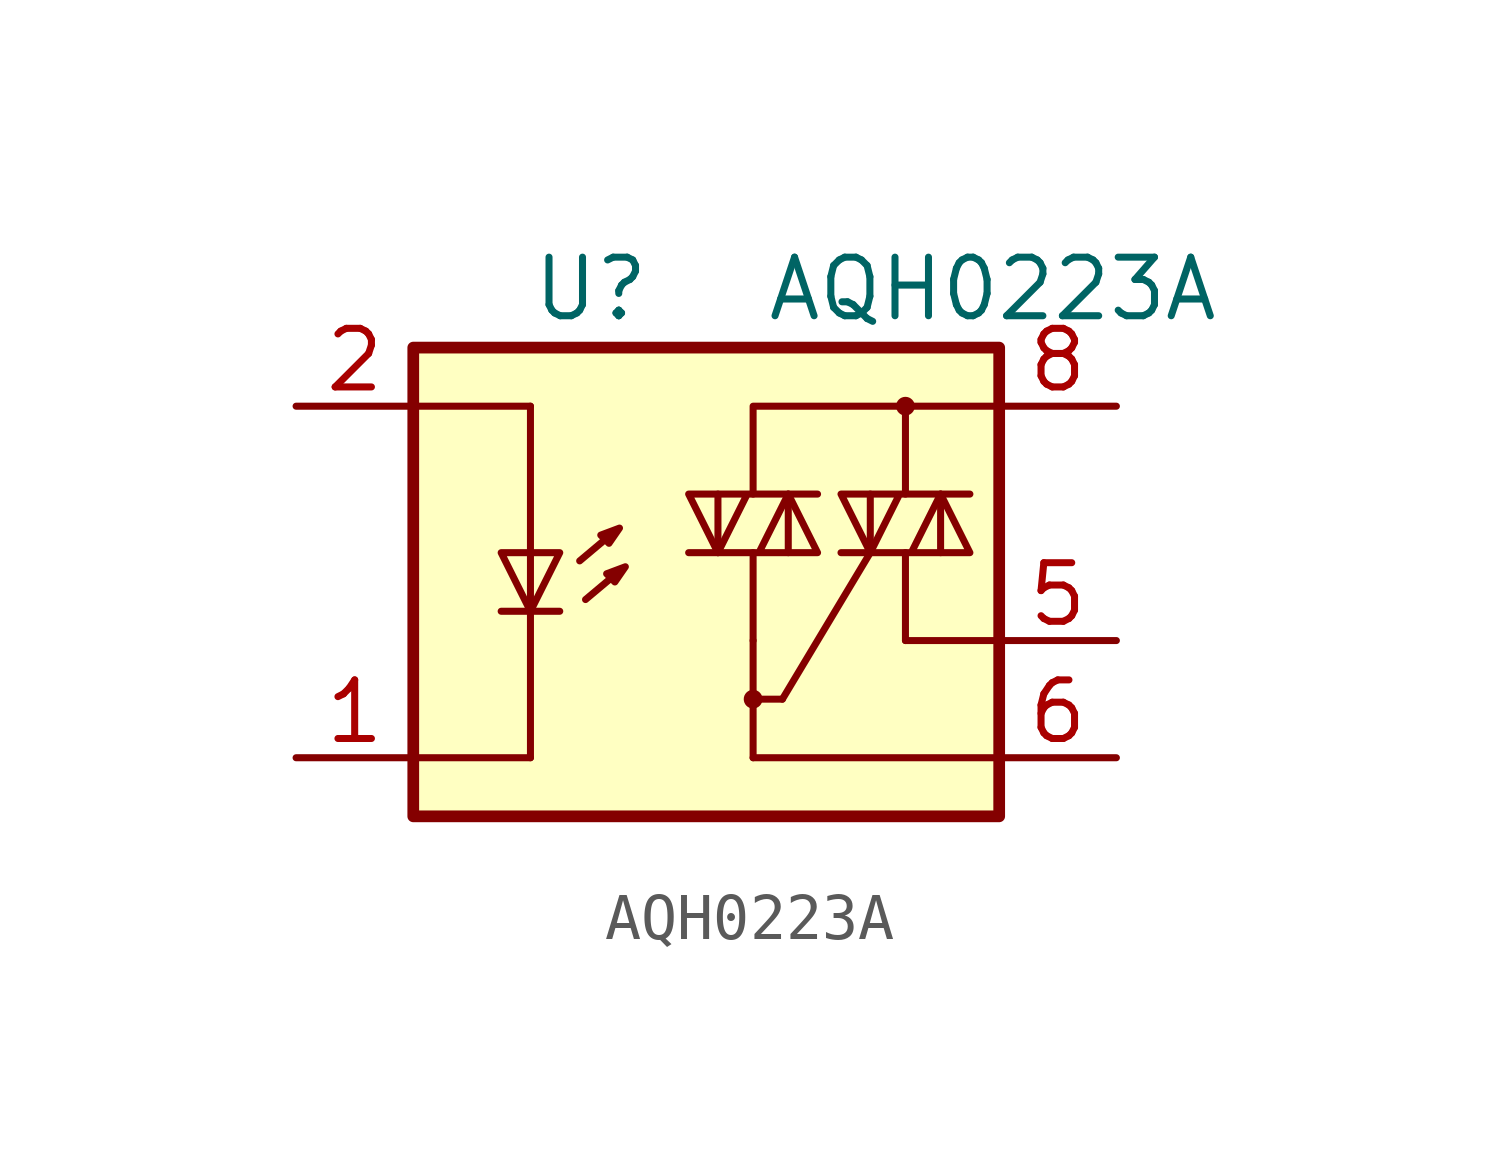
<source format=kicad_sym>
(kicad_symbol_lib
  (version 20241209)
  (generator "kicad_symbol_editor")
  (generator_version "9.0")
  (symbol "AQH0223A"
    (property "Reference" "U"
      (at -5.08 5.08 0)
      (effects (font (size 1.27 1.27)) (justify left)))
    (property "Value" "AQH0223A"
      (at 0 5.08 0)
      (effects (font (size 1.27 1.27)) (justify left)))
    (symbol "AQH0223A_1_1"
      (rectangle (start -7.62 3.81) (end 5.08 -6.35) (stroke (width 0.254) (type default)) (fill (type background)))
      (polyline (pts (xy -5.715 -1.905) (xy -4.445 -1.905)) (stroke (width 0) (type default)) (fill (type none)))
      (polyline (pts (xy -5.08 2.54) (xy -7.493 2.54)) (stroke (width 0) (type default)) (fill (type none)))
      (polyline (pts (xy -5.08 -0.635) (xy -5.08 2.54)) (stroke (width 0) (type default)) (fill (type none)))
      (polyline (pts (xy -5.08 -0.635) (xy -5.08 -1.905)) (stroke (width 0) (type default)) (fill (type none)))
      (polyline (pts (xy -5.08 -1.905) (xy -5.08 -5.08)) (stroke (width 0) (type default)) (fill (type none)))
      (polyline (pts (xy -5.08 -1.905) (xy -5.715 -0.635) (xy -4.445 -0.635) (xy -5.08 -1.905)) (stroke (width 0) (type default)) (fill (type none)))
      (polyline (pts (xy -5.08 -5.08) (xy -7.62 -5.08)) (stroke (width 0) (type default)) (fill (type none)))
      (polyline (pts (xy -3.556 -0.254) (xy -3.378 -0.432) (xy -3.15 -0.102) (xy -3.556 -0.254)) (stroke (width 0) (type default)) (fill (type none)))
      (polyline (pts (xy -3.429 -1.092) (xy -3.251 -1.27) (xy -3.023 -0.94) (xy -3.429 -1.092)) (stroke (width 0) (type default)) (fill (type none)))
      (polyline (pts (xy -3.378 -0.279) (xy -4.013 -0.813)) (stroke (width 0) (type default)) (fill (type none)))
      (polyline (pts (xy -3.251 -1.118) (xy -3.886 -1.651)) (stroke (width 0) (type default)) (fill (type none)))
      (polyline (pts (xy -1.651 -0.635) (xy 1.143 -0.635) (xy 0.508 0.635) (xy -0.127 -0.635)) (stroke (width 0) (type default)) (fill (type none)))
      (polyline (pts (xy -1.016 -0.635) (xy -1.016 0.635)) (stroke (width 0) (type default)) (fill (type none)))
      (polyline (pts (xy -0.254 -2.54) (xy -0.254 -0.635)) (stroke (width 0) (type default)) (fill (type none)))
      (polyline (pts (xy -0.254 -2.54) (xy -0.254 -5.08)) (stroke (width 0) (type default)) (fill (type none)))
      (circle (center -0.254 -3.81) (radius 0.127) (stroke (width 0) (type default)) (fill (type none)))
      (polyline (pts (xy -0.254 -3.81) (xy 0.381 -3.81)) (stroke (width 0) (type default)) (fill (type none)))
      (polyline (pts (xy 0.381 -3.81) (xy 2.286 -0.635)) (stroke (width 0) (type default)) (fill (type none)))
      (polyline (pts (xy 0.508 0.635) (xy 0.508 -0.635)) (stroke (width 0) (type default)) (fill (type none)))
      (polyline (pts (xy 1.143 0.635) (xy -1.651 0.635) (xy -1.016 -0.635) (xy -0.381 0.635)) (stroke (width 0) (type default)) (fill (type none)))
      (polyline (pts (xy 1.651 -0.635) (xy 4.445 -0.635) (xy 3.81 0.635) (xy 3.175 -0.635)) (stroke (width 0) (type default)) (fill (type none)))
      (polyline (pts (xy 2.286 -0.635) (xy 2.286 0.635)) (stroke (width 0) (type default)) (fill (type none)))
      (polyline (pts (xy 3.048 2.54) (xy 3.048 0.635)) (stroke (width 0) (type default)) (fill (type none)))
      (polyline (pts (xy 3.048 2.54) (xy -0.254 2.54) (xy -0.254 0.635)) (stroke (width 0) (type default)) (fill (type none)))
      (circle (center 3.048 2.54) (radius 0.127) (stroke (width 0) (type default)) (fill (type none)))
      (polyline (pts (xy 3.048 -0.635) (xy 3.048 -2.54)) (stroke (width 0) (type default)) (fill (type none)))
      (polyline (pts (xy 3.048 -2.54) (xy 5.08 -2.54)) (stroke (width 0) (type default)) (fill (type none)))
      (polyline (pts (xy 3.81 0.635) (xy 3.81 -0.635)) (stroke (width 0) (type default)) (fill (type none)))
      (polyline (pts (xy 4.445 0.635) (xy 1.651 0.635) (xy 2.286 -0.635) (xy 2.921 0.635)) (stroke (width 0) (type default)) (fill (type none)))
      (polyline (pts (xy 5.08 2.54) (xy 3.048 2.54)) (stroke (width 0) (type default)) (fill (type none)))
      (polyline (pts (xy 5.08 -5.08) (xy -0.254 -5.08)) (stroke (width 0) (type default)) (fill (type none)))
      (pin passive line (at -10.16 2.54 0) (length 2.54) (name "~" (effects (font (size 1.27 1.27)))) (number "2" (effects (font (size 1.27 1.27)))))
      (pin passive line (at -10.16 -5.08 0) (length 2.54) (name "~" (effects (font (size 1.27 1.27)))) (number "1" (effects (font (size 1.27 1.27)))))
      (pin passive line (at -10.16 -5.08 0) (length 2.54) (hide yes) (name "~" (effects (font (size 1.27 1.27)))) (number "3" (effects (font (size 1.27 1.27)))))
      (pin passive line (at -10.16 -5.08 0) (length 2.54) (hide yes) (name "~" (effects (font (size 1.27 1.27)))) (number "4" (effects (font (size 1.27 1.27)))))
      (pin passive line (at 7.62 2.54 180) (length 2.54) (name "~" (effects (font (size 1.27 1.27)))) (number "8" (effects (font (size 1.27 1.27)))))
      (pin passive line (at 7.62 -2.54 180) (length 2.54) (name "~" (effects (font (size 1.27 1.27)))) (number "5" (effects (font (size 1.27 1.27)))))
      (pin passive line (at 7.62 -5.08 180) (length 2.54) (name "~" (effects (font (size 1.27 1.27)))) (number "6" (effects (font (size 1.27 1.27))))))))
</source>
